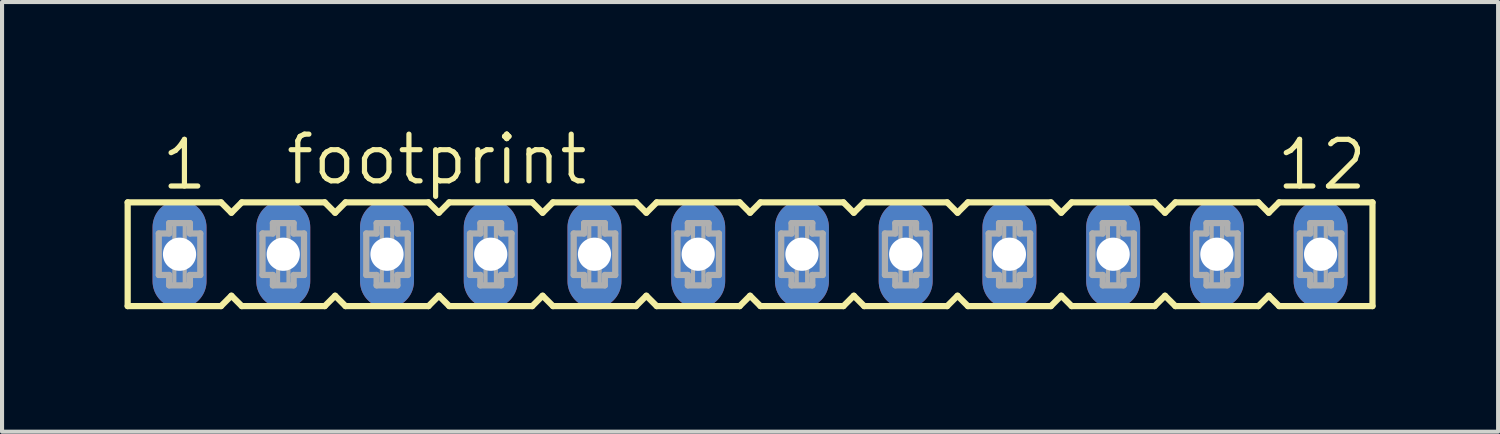
<source format=kicad_pcb>
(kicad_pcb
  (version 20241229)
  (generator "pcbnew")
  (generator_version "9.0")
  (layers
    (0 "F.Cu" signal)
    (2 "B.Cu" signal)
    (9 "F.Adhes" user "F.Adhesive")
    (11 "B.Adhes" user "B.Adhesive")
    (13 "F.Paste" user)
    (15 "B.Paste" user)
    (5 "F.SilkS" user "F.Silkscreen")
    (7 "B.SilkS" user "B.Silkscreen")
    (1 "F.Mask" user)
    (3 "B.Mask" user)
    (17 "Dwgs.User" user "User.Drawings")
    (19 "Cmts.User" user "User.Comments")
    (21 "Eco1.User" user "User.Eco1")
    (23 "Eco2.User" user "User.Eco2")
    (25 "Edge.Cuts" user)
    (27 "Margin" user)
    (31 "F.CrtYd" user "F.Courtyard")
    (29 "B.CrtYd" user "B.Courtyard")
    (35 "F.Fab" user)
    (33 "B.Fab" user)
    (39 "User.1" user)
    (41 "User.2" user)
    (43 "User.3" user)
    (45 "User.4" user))
  (footprint "footprint"
    (layer "F.Cu")
    (at 15.316 3.175)
    (property "Reference" "footprint" (at -11.43 -1.651 0) (layer "F.SilkS") (effects (font (size 1.143 1.143) (thickness 0.127)) (justify left bottom)))
    (fp_line (start -15.24 -1.27) (end -15.24 1.27) (stroke (width 0.152) (type solid)) (layer "F.SilkS"))
    (fp_line (start -15.24 1.27) (end -12.954 1.27) (stroke (width 0.152) (type solid)) (layer "F.SilkS"))
    (fp_line (start -12.954 -1.27) (end -15.24 -1.27) (stroke (width 0.152) (type solid)) (layer "F.SilkS"))
    (fp_line (start -12.954 1.27) (end -12.7 1.016) (stroke (width 0.152) (type solid)) (layer "F.SilkS"))
    (fp_line (start -12.7 -1.016) (end -12.954 -1.27) (stroke (width 0.152) (type solid)) (layer "F.SilkS"))
    (fp_line (start -12.7 1.016) (end -12.446 1.27) (stroke (width 0.152) (type solid)) (layer "F.SilkS"))
    (fp_line (start -12.446 -1.27) (end -12.7 -1.016) (stroke (width 0.152) (type solid)) (layer "F.SilkS"))
    (fp_line (start -12.446 1.27) (end -10.414 1.27) (stroke (width 0.152) (type solid)) (layer "F.SilkS"))
    (fp_line (start -10.414 -1.27) (end -12.446 -1.27) (stroke (width 0.152) (type solid)) (layer "F.SilkS"))
    (fp_line (start -10.414 1.27) (end -10.16 1.016) (stroke (width 0.152) (type solid)) (layer "F.SilkS"))
    (fp_line (start -10.16 -1.016) (end -10.414 -1.27) (stroke (width 0.152) (type solid)) (layer "F.SilkS"))
    (fp_line (start -10.16 1.016) (end -9.906 1.27) (stroke (width 0.152) (type solid)) (layer "F.SilkS"))
    (fp_line (start -9.906 -1.27) (end -10.16 -1.016) (stroke (width 0.152) (type solid)) (layer "F.SilkS"))
    (fp_line (start -9.906 1.27) (end -7.874 1.27) (stroke (width 0.152) (type solid)) (layer "F.SilkS"))
    (fp_line (start -7.874 -1.27) (end -9.906 -1.27) (stroke (width 0.152) (type solid)) (layer "F.SilkS"))
    (fp_line (start -7.874 1.27) (end -7.62 1.016) (stroke (width 0.152) (type solid)) (layer "F.SilkS"))
    (fp_line (start -7.62 -1.016) (end -7.874 -1.27) (stroke (width 0.152) (type solid)) (layer "F.SilkS"))
    (fp_line (start -7.62 1.016) (end -7.366 1.27) (stroke (width 0.152) (type solid)) (layer "F.SilkS"))
    (fp_line (start -7.366 -1.27) (end -7.62 -1.016) (stroke (width 0.152) (type solid)) (layer "F.SilkS"))
    (fp_line (start -7.366 1.27) (end -5.334 1.27) (stroke (width 0.152) (type solid)) (layer "F.SilkS"))
    (fp_line (start -5.334 -1.27) (end -7.366 -1.27) (stroke (width 0.152) (type solid)) (layer "F.SilkS"))
    (fp_line (start -5.334 1.27) (end -5.08 1.016) (stroke (width 0.152) (type solid)) (layer "F.SilkS"))
    (fp_line (start -5.08 -1.016) (end -5.334 -1.27) (stroke (width 0.152) (type solid)) (layer "F.SilkS"))
    (fp_line (start -5.08 1.016) (end -4.826 1.27) (stroke (width 0.152) (type solid)) (layer "F.SilkS"))
    (fp_line (start -4.826 -1.27) (end -5.08 -1.016) (stroke (width 0.152) (type solid)) (layer "F.SilkS"))
    (fp_line (start -4.826 1.27) (end -2.794 1.27) (stroke (width 0.152) (type solid)) (layer "F.SilkS"))
    (fp_line (start -2.794 -1.27) (end -4.826 -1.27) (stroke (width 0.152) (type solid)) (layer "F.SilkS"))
    (fp_line (start -2.794 1.27) (end -2.54 1.016) (stroke (width 0.152) (type solid)) (layer "F.SilkS"))
    (fp_line (start -2.54 -1.016) (end -2.794 -1.27) (stroke (width 0.152) (type solid)) (layer "F.SilkS"))
    (fp_line (start -2.54 1.016) (end -2.286 1.27) (stroke (width 0.152) (type solid)) (layer "F.SilkS"))
    (fp_line (start -2.286 -1.27) (end -2.54 -1.016) (stroke (width 0.152) (type solid)) (layer "F.SilkS"))
    (fp_line (start -2.286 1.27) (end -0.254 1.27) (stroke (width 0.152) (type solid)) (layer "F.SilkS"))
    (fp_line (start -0.254 -1.27) (end -2.286 -1.27) (stroke (width 0.152) (type solid)) (layer "F.SilkS"))
    (fp_line (start -0.254 1.27) (end 0 1.016) (stroke (width 0.152) (type solid)) (layer "F.SilkS"))
    (fp_line (start 0 -1.016) (end -0.254 -1.27) (stroke (width 0.152) (type solid)) (layer "F.SilkS"))
    (fp_line (start 0 1.016) (end 0.254 1.27) (stroke (width 0.152) (type solid)) (layer "F.SilkS"))
    (fp_line (start 0.254 -1.27) (end 0 -1.016) (stroke (width 0.152) (type solid)) (layer "F.SilkS"))
    (fp_line (start 0.254 1.27) (end 2.286 1.27) (stroke (width 0.152) (type solid)) (layer "F.SilkS"))
    (fp_line (start 2.286 -1.27) (end 0.254 -1.27) (stroke (width 0.152) (type solid)) (layer "F.SilkS"))
    (fp_line (start 2.286 1.27) (end 2.54 1.016) (stroke (width 0.152) (type solid)) (layer "F.SilkS"))
    (fp_line (start 2.54 -1.016) (end 2.286 -1.27) (stroke (width 0.152) (type solid)) (layer "F.SilkS"))
    (fp_line (start 2.54 1.016) (end 2.794 1.27) (stroke (width 0.152) (type solid)) (layer "F.SilkS"))
    (fp_line (start 2.794 -1.27) (end 2.54 -1.016) (stroke (width 0.152) (type solid)) (layer "F.SilkS"))
    (fp_line (start 2.794 1.27) (end 4.826 1.27) (stroke (width 0.152) (type solid)) (layer "F.SilkS"))
    (fp_line (start 4.826 -1.27) (end 2.794 -1.27) (stroke (width 0.152) (type solid)) (layer "F.SilkS"))
    (fp_line (start 4.826 1.27) (end 5.08 1.016) (stroke (width 0.152) (type solid)) (layer "F.SilkS"))
    (fp_line (start 5.08 -1.016) (end 4.826 -1.27) (stroke (width 0.152) (type solid)) (layer "F.SilkS"))
    (fp_line (start 5.08 1.016) (end 5.334 1.27) (stroke (width 0.152) (type solid)) (layer "F.SilkS"))
    (fp_line (start 5.334 -1.27) (end 5.08 -1.016) (stroke (width 0.152) (type solid)) (layer "F.SilkS"))
    (fp_line (start 5.334 1.27) (end 7.366 1.27) (stroke (width 0.152) (type solid)) (layer "F.SilkS"))
    (fp_line (start 7.366 -1.27) (end 5.334 -1.27) (stroke (width 0.152) (type solid)) (layer "F.SilkS"))
    (fp_line (start 7.366 1.27) (end 7.62 1.016) (stroke (width 0.152) (type solid)) (layer "F.SilkS"))
    (fp_line (start 7.62 -1.016) (end 7.366 -1.27) (stroke (width 0.152) (type solid)) (layer "F.SilkS"))
    (fp_line (start 7.62 1.016) (end 7.874 1.27) (stroke (width 0.152) (type solid)) (layer "F.SilkS"))
    (fp_line (start 7.874 -1.27) (end 7.62 -1.016) (stroke (width 0.152) (type solid)) (layer "F.SilkS"))
    (fp_line (start 7.874 1.27) (end 9.906 1.27) (stroke (width 0.152) (type solid)) (layer "F.SilkS"))
    (fp_line (start 9.906 -1.27) (end 7.874 -1.27) (stroke (width 0.152) (type solid)) (layer "F.SilkS"))
    (fp_line (start 9.906 1.27) (end 10.16 1.016) (stroke (width 0.152) (type solid)) (layer "F.SilkS"))
    (fp_line (start 10.16 -1.016) (end 9.906 -1.27) (stroke (width 0.152) (type solid)) (layer "F.SilkS"))
    (fp_line (start 10.16 1.016) (end 10.414 1.27) (stroke (width 0.152) (type solid)) (layer "F.SilkS"))
    (fp_line (start 10.414 -1.27) (end 10.16 -1.016) (stroke (width 0.152) (type solid)) (layer "F.SilkS"))
    (fp_line (start 10.414 1.27) (end 12.446 1.27) (stroke (width 0.152) (type solid)) (layer "F.SilkS"))
    (fp_line (start 12.446 -1.27) (end 10.414 -1.27) (stroke (width 0.152) (type solid)) (layer "F.SilkS"))
    (fp_line (start 12.446 1.27) (end 12.7 1.016) (stroke (width 0.152) (type solid)) (layer "F.SilkS"))
    (fp_line (start 12.7 -1.016) (end 12.446 -1.27) (stroke (width 0.152) (type solid)) (layer "F.SilkS"))
    (fp_line (start 12.7 1.016) (end 12.954 1.27) (stroke (width 0.152) (type solid)) (layer "F.SilkS"))
    (fp_line (start 12.954 -1.27) (end 12.7 -1.016) (stroke (width 0.152) (type solid)) (layer "F.SilkS"))
    (fp_line (start 12.954 1.27) (end 15.24 1.27) (stroke (width 0.152) (type solid)) (layer "F.SilkS"))
    (fp_line (start 15.24 -1.27) (end 12.954 -1.27) (stroke (width 0.152) (type solid)) (layer "F.SilkS"))
    (fp_line (start 15.24 1.27) (end 15.24 -1.27) (stroke (width 0.152) (type solid)) (layer "F.SilkS"))
    (fp_line (start -14.478 -0.508) (end -14.478 0.508) (stroke (width 0.152) (type solid)) (layer "F.Fab"))
    (fp_line (start -14.478 0.508) (end -14.224 0.508) (stroke (width 0.152) (type solid)) (layer "F.Fab"))
    (fp_line (start -14.224 -0.762) (end -14.224 -0.508) (stroke (width 0.152) (type solid)) (layer "F.Fab"))
    (fp_line (start -14.224 -0.508) (end -14.478 -0.508) (stroke (width 0.152) (type solid)) (layer "F.Fab"))
    (fp_line (start -14.224 0.508) (end -14.224 0.762) (stroke (width 0.152) (type solid)) (layer "F.Fab"))
    (fp_line (start -14.224 0.762) (end -13.716 0.762) (stroke (width 0.152) (type solid)) (layer "F.Fab"))
    (fp_line (start -13.716 -0.762) (end -14.224 -0.762) (stroke (width 0.152) (type solid)) (layer "F.Fab"))
    (fp_line (start -13.716 -0.508) (end -13.716 -0.762) (stroke (width 0.152) (type solid)) (layer "F.Fab"))
    (fp_line (start -13.716 0.508) (end -13.462 0.508) (stroke (width 0.152) (type solid)) (layer "F.Fab"))
    (fp_line (start -13.716 0.762) (end -13.716 0.508) (stroke (width 0.152) (type solid)) (layer "F.Fab"))
    (fp_line (start -13.462 -0.508) (end -13.716 -0.508) (stroke (width 0.152) (type solid)) (layer "F.Fab"))
    (fp_line (start -13.462 0.508) (end -13.462 -0.508) (stroke (width 0.152) (type solid)) (layer "F.Fab"))
    (fp_line (start -11.938 -0.508) (end -11.938 0.508) (stroke (width 0.152) (type solid)) (layer "F.Fab"))
    (fp_line (start -11.938 0.508) (end -11.684 0.508) (stroke (width 0.152) (type solid)) (layer "F.Fab"))
    (fp_line (start -11.684 -0.762) (end -11.684 -0.508) (stroke (width 0.152) (type solid)) (layer "F.Fab"))
    (fp_line (start -11.684 -0.508) (end -11.938 -0.508) (stroke (width 0.152) (type solid)) (layer "F.Fab"))
    (fp_line (start -11.684 0.508) (end -11.684 0.762) (stroke (width 0.152) (type solid)) (layer "F.Fab"))
    (fp_line (start -11.684 0.762) (end -11.176 0.762) (stroke (width 0.152) (type solid)) (layer "F.Fab"))
    (fp_line (start -11.176 -0.762) (end -11.684 -0.762) (stroke (width 0.152) (type solid)) (layer "F.Fab"))
    (fp_line (start -11.176 -0.508) (end -11.176 -0.762) (stroke (width 0.152) (type solid)) (layer "F.Fab"))
    (fp_line (start -11.176 0.508) (end -10.922 0.508) (stroke (width 0.152) (type solid)) (layer "F.Fab"))
    (fp_line (start -11.176 0.762) (end -11.176 0.508) (stroke (width 0.152) (type solid)) (layer "F.Fab"))
    (fp_line (start -10.922 -0.508) (end -11.176 -0.508) (stroke (width 0.152) (type solid)) (layer "F.Fab"))
    (fp_line (start -10.922 0.508) (end -10.922 -0.508) (stroke (width 0.152) (type solid)) (layer "F.Fab"))
    (fp_line (start -9.398 -0.508) (end -9.398 0.508) (stroke (width 0.152) (type solid)) (layer "F.Fab"))
    (fp_line (start -9.398 0.508) (end -9.144 0.508) (stroke (width 0.152) (type solid)) (layer "F.Fab"))
    (fp_line (start -9.144 -0.762) (end -9.144 -0.508) (stroke (width 0.152) (type solid)) (layer "F.Fab"))
    (fp_line (start -9.144 -0.508) (end -9.398 -0.508) (stroke (width 0.152) (type solid)) (layer "F.Fab"))
    (fp_line (start -9.144 0.508) (end -9.144 0.762) (stroke (width 0.152) (type solid)) (layer "F.Fab"))
    (fp_line (start -9.144 0.762) (end -8.636 0.762) (stroke (width 0.152) (type solid)) (layer "F.Fab"))
    (fp_line (start -8.636 -0.762) (end -9.144 -0.762) (stroke (width 0.152) (type solid)) (layer "F.Fab"))
    (fp_line (start -8.636 -0.508) (end -8.636 -0.762) (stroke (width 0.152) (type solid)) (layer "F.Fab"))
    (fp_line (start -8.636 0.508) (end -8.382 0.508) (stroke (width 0.152) (type solid)) (layer "F.Fab"))
    (fp_line (start -8.636 0.762) (end -8.636 0.508) (stroke (width 0.152) (type solid)) (layer "F.Fab"))
    (fp_line (start -8.382 -0.508) (end -8.636 -0.508) (stroke (width 0.152) (type solid)) (layer "F.Fab"))
    (fp_line (start -8.382 0.508) (end -8.382 -0.508) (stroke (width 0.152) (type solid)) (layer "F.Fab"))
    (fp_line (start -6.858 -0.508) (end -6.858 0.508) (stroke (width 0.152) (type solid)) (layer "F.Fab"))
    (fp_line (start -6.858 0.508) (end -6.604 0.508) (stroke (width 0.152) (type solid)) (layer "F.Fab"))
    (fp_line (start -6.604 -0.762) (end -6.604 -0.508) (stroke (width 0.152) (type solid)) (layer "F.Fab"))
    (fp_line (start -6.604 -0.508) (end -6.858 -0.508) (stroke (width 0.152) (type solid)) (layer "F.Fab"))
    (fp_line (start -6.604 0.508) (end -6.604 0.762) (stroke (width 0.152) (type solid)) (layer "F.Fab"))
    (fp_line (start -6.604 0.762) (end -6.096 0.762) (stroke (width 0.152) (type solid)) (layer "F.Fab"))
    (fp_line (start -6.096 -0.762) (end -6.604 -0.762) (stroke (width 0.152) (type solid)) (layer "F.Fab"))
    (fp_line (start -6.096 -0.508) (end -6.096 -0.762) (stroke (width 0.152) (type solid)) (layer "F.Fab"))
    (fp_line (start -6.096 0.508) (end -5.842 0.508) (stroke (width 0.152) (type solid)) (layer "F.Fab"))
    (fp_line (start -6.096 0.762) (end -6.096 0.508) (stroke (width 0.152) (type solid)) (layer "F.Fab"))
    (fp_line (start -5.842 -0.508) (end -6.096 -0.508) (stroke (width 0.152) (type solid)) (layer "F.Fab"))
    (fp_line (start -5.842 0.508) (end -5.842 -0.508) (stroke (width 0.152) (type solid)) (layer "F.Fab"))
    (fp_line (start -4.318 -0.508) (end -4.318 0.508) (stroke (width 0.152) (type solid)) (layer "F.Fab"))
    (fp_line (start -4.318 0.508) (end -4.064 0.508) (stroke (width 0.152) (type solid)) (layer "F.Fab"))
    (fp_line (start -4.064 -0.762) (end -4.064 -0.508) (stroke (width 0.152) (type solid)) (layer "F.Fab"))
    (fp_line (start -4.064 -0.508) (end -4.318 -0.508) (stroke (width 0.152) (type solid)) (layer "F.Fab"))
    (fp_line (start -4.064 0.508) (end -4.064 0.762) (stroke (width 0.152) (type solid)) (layer "F.Fab"))
    (fp_line (start -4.064 0.762) (end -3.556 0.762) (stroke (width 0.152) (type solid)) (layer "F.Fab"))
    (fp_line (start -3.556 -0.762) (end -4.064 -0.762) (stroke (width 0.152) (type solid)) (layer "F.Fab"))
    (fp_line (start -3.556 -0.508) (end -3.556 -0.762) (stroke (width 0.152) (type solid)) (layer "F.Fab"))
    (fp_line (start -3.556 0.508) (end -3.302 0.508) (stroke (width 0.152) (type solid)) (layer "F.Fab"))
    (fp_line (start -3.556 0.762) (end -3.556 0.508) (stroke (width 0.152) (type solid)) (layer "F.Fab"))
    (fp_line (start -3.302 -0.508) (end -3.556 -0.508) (stroke (width 0.152) (type solid)) (layer "F.Fab"))
    (fp_line (start -3.302 0.508) (end -3.302 -0.508) (stroke (width 0.152) (type solid)) (layer "F.Fab"))
    (fp_line (start -1.778 -0.508) (end -1.778 0.508) (stroke (width 0.152) (type solid)) (layer "F.Fab"))
    (fp_line (start -1.778 0.508) (end -1.524 0.508) (stroke (width 0.152) (type solid)) (layer "F.Fab"))
    (fp_line (start -1.524 -0.762) (end -1.524 -0.508) (stroke (width 0.152) (type solid)) (layer "F.Fab"))
    (fp_line (start -1.524 -0.508) (end -1.778 -0.508) (stroke (width 0.152) (type solid)) (layer "F.Fab"))
    (fp_line (start -1.524 0.508) (end -1.524 0.762) (stroke (width 0.152) (type solid)) (layer "F.Fab"))
    (fp_line (start -1.524 0.762) (end -1.016 0.762) (stroke (width 0.152) (type solid)) (layer "F.Fab"))
    (fp_line (start -1.016 -0.762) (end -1.524 -0.762) (stroke (width 0.152) (type solid)) (layer "F.Fab"))
    (fp_line (start -1.016 -0.508) (end -1.016 -0.762) (stroke (width 0.152) (type solid)) (layer "F.Fab"))
    (fp_line (start -1.016 0.508) (end -0.762 0.508) (stroke (width 0.152) (type solid)) (layer "F.Fab"))
    (fp_line (start -1.016 0.762) (end -1.016 0.508) (stroke (width 0.152) (type solid)) (layer "F.Fab"))
    (fp_line (start -0.762 -0.508) (end -1.016 -0.508) (stroke (width 0.152) (type solid)) (layer "F.Fab"))
    (fp_line (start -0.762 0.508) (end -0.762 -0.508) (stroke (width 0.152) (type solid)) (layer "F.Fab"))
    (fp_line (start 0.762 -0.508) (end 0.762 0.508) (stroke (width 0.152) (type solid)) (layer "F.Fab"))
    (fp_line (start 0.762 0.508) (end 1.016 0.508) (stroke (width 0.152) (type solid)) (layer "F.Fab"))
    (fp_line (start 1.016 -0.762) (end 1.016 -0.508) (stroke (width 0.152) (type solid)) (layer "F.Fab"))
    (fp_line (start 1.016 -0.508) (end 0.762 -0.508) (stroke (width 0.152) (type solid)) (layer "F.Fab"))
    (fp_line (start 1.016 0.508) (end 1.016 0.762) (stroke (width 0.152) (type solid)) (layer "F.Fab"))
    (fp_line (start 1.016 0.762) (end 1.524 0.762) (stroke (width 0.152) (type solid)) (layer "F.Fab"))
    (fp_line (start 1.524 -0.762) (end 1.016 -0.762) (stroke (width 0.152) (type solid)) (layer "F.Fab"))
    (fp_line (start 1.524 -0.508) (end 1.524 -0.762) (stroke (width 0.152) (type solid)) (layer "F.Fab"))
    (fp_line (start 1.524 0.508) (end 1.778 0.508) (stroke (width 0.152) (type solid)) (layer "F.Fab"))
    (fp_line (start 1.524 0.762) (end 1.524 0.508) (stroke (width 0.152) (type solid)) (layer "F.Fab"))
    (fp_line (start 1.778 -0.508) (end 1.524 -0.508) (stroke (width 0.152) (type solid)) (layer "F.Fab"))
    (fp_line (start 1.778 0.508) (end 1.778 -0.508) (stroke (width 0.152) (type solid)) (layer "F.Fab"))
    (fp_line (start 3.302 -0.508) (end 3.302 0.508) (stroke (width 0.152) (type solid)) (layer "F.Fab"))
    (fp_line (start 3.302 0.508) (end 3.556 0.508) (stroke (width 0.152) (type solid)) (layer "F.Fab"))
    (fp_line (start 3.556 -0.762) (end 3.556 -0.508) (stroke (width 0.152) (type solid)) (layer "F.Fab"))
    (fp_line (start 3.556 -0.508) (end 3.302 -0.508) (stroke (width 0.152) (type solid)) (layer "F.Fab"))
    (fp_line (start 3.556 0.508) (end 3.556 0.762) (stroke (width 0.152) (type solid)) (layer "F.Fab"))
    (fp_line (start 3.556 0.762) (end 4.064 0.762) (stroke (width 0.152) (type solid)) (layer "F.Fab"))
    (fp_line (start 4.064 -0.762) (end 3.556 -0.762) (stroke (width 0.152) (type solid)) (layer "F.Fab"))
    (fp_line (start 4.064 -0.508) (end 4.064 -0.762) (stroke (width 0.152) (type solid)) (layer "F.Fab"))
    (fp_line (start 4.064 0.508) (end 4.318 0.508) (stroke (width 0.152) (type solid)) (layer "F.Fab"))
    (fp_line (start 4.064 0.762) (end 4.064 0.508) (stroke (width 0.152) (type solid)) (layer "F.Fab"))
    (fp_line (start 4.318 -0.508) (end 4.064 -0.508) (stroke (width 0.152) (type solid)) (layer "F.Fab"))
    (fp_line (start 4.318 0.508) (end 4.318 -0.508) (stroke (width 0.152) (type solid)) (layer "F.Fab"))
    (fp_line (start 5.842 -0.508) (end 5.842 0.508) (stroke (width 0.152) (type solid)) (layer "F.Fab"))
    (fp_line (start 5.842 0.508) (end 6.096 0.508) (stroke (width 0.152) (type solid)) (layer "F.Fab"))
    (fp_line (start 6.096 -0.762) (end 6.096 -0.508) (stroke (width 0.152) (type solid)) (layer "F.Fab"))
    (fp_line (start 6.096 -0.508) (end 5.842 -0.508) (stroke (width 0.152) (type solid)) (layer "F.Fab"))
    (fp_line (start 6.096 0.508) (end 6.096 0.762) (stroke (width 0.152) (type solid)) (layer "F.Fab"))
    (fp_line (start 6.096 0.762) (end 6.604 0.762) (stroke (width 0.152) (type solid)) (layer "F.Fab"))
    (fp_line (start 6.604 -0.762) (end 6.096 -0.762) (stroke (width 0.152) (type solid)) (layer "F.Fab"))
    (fp_line (start 6.604 -0.508) (end 6.604 -0.762) (stroke (width 0.152) (type solid)) (layer "F.Fab"))
    (fp_line (start 6.604 0.508) (end 6.858 0.508) (stroke (width 0.152) (type solid)) (layer "F.Fab"))
    (fp_line (start 6.604 0.762) (end 6.604 0.508) (stroke (width 0.152) (type solid)) (layer "F.Fab"))
    (fp_line (start 6.858 -0.508) (end 6.604 -0.508) (stroke (width 0.152) (type solid)) (layer "F.Fab"))
    (fp_line (start 6.858 0.508) (end 6.858 -0.508) (stroke (width 0.152) (type solid)) (layer "F.Fab"))
    (fp_line (start 8.382 -0.508) (end 8.382 0.508) (stroke (width 0.152) (type solid)) (layer "F.Fab"))
    (fp_line (start 8.382 0.508) (end 8.636 0.508) (stroke (width 0.152) (type solid)) (layer "F.Fab"))
    (fp_line (start 8.636 -0.762) (end 8.636 -0.508) (stroke (width 0.152) (type solid)) (layer "F.Fab"))
    (fp_line (start 8.636 -0.508) (end 8.382 -0.508) (stroke (width 0.152) (type solid)) (layer "F.Fab"))
    (fp_line (start 8.636 0.508) (end 8.636 0.762) (stroke (width 0.152) (type solid)) (layer "F.Fab"))
    (fp_line (start 8.636 0.762) (end 9.144 0.762) (stroke (width 0.152) (type solid)) (layer "F.Fab"))
    (fp_line (start 9.144 -0.762) (end 8.636 -0.762) (stroke (width 0.152) (type solid)) (layer "F.Fab"))
    (fp_line (start 9.144 -0.508) (end 9.144 -0.762) (stroke (width 0.152) (type solid)) (layer "F.Fab"))
    (fp_line (start 9.144 0.508) (end 9.398 0.508) (stroke (width 0.152) (type solid)) (layer "F.Fab"))
    (fp_line (start 9.144 0.762) (end 9.144 0.508) (stroke (width 0.152) (type solid)) (layer "F.Fab"))
    (fp_line (start 9.398 -0.508) (end 9.144 -0.508) (stroke (width 0.152) (type solid)) (layer "F.Fab"))
    (fp_line (start 9.398 0.508) (end 9.398 -0.508) (stroke (width 0.152) (type solid)) (layer "F.Fab"))
    (fp_line (start 10.922 -0.508) (end 10.922 0.508) (stroke (width 0.152) (type solid)) (layer "F.Fab"))
    (fp_line (start 10.922 0.508) (end 11.176 0.508) (stroke (width 0.152) (type solid)) (layer "F.Fab"))
    (fp_line (start 11.176 -0.762) (end 11.176 -0.508) (stroke (width 0.152) (type solid)) (layer "F.Fab"))
    (fp_line (start 11.176 -0.508) (end 10.922 -0.508) (stroke (width 0.152) (type solid)) (layer "F.Fab"))
    (fp_line (start 11.176 0.508) (end 11.176 0.762) (stroke (width 0.152) (type solid)) (layer "F.Fab"))
    (fp_line (start 11.176 0.762) (end 11.684 0.762) (stroke (width 0.152) (type solid)) (layer "F.Fab"))
    (fp_line (start 11.684 -0.762) (end 11.176 -0.762) (stroke (width 0.152) (type solid)) (layer "F.Fab"))
    (fp_line (start 11.684 -0.508) (end 11.684 -0.762) (stroke (width 0.152) (type solid)) (layer "F.Fab"))
    (fp_line (start 11.684 0.508) (end 11.938 0.508) (stroke (width 0.152) (type solid)) (layer "F.Fab"))
    (fp_line (start 11.684 0.762) (end 11.684 0.508) (stroke (width 0.152) (type solid)) (layer "F.Fab"))
    (fp_line (start 11.938 -0.508) (end 11.684 -0.508) (stroke (width 0.152) (type solid)) (layer "F.Fab"))
    (fp_line (start 11.938 0.508) (end 11.938 -0.508) (stroke (width 0.152) (type solid)) (layer "F.Fab"))
    (fp_line (start 13.462 -0.508) (end 13.462 0.508) (stroke (width 0.152) (type solid)) (layer "F.Fab"))
    (fp_line (start 13.462 0.508) (end 13.716 0.508) (stroke (width 0.152) (type solid)) (layer "F.Fab"))
    (fp_line (start 13.716 -0.762) (end 13.716 -0.508) (stroke (width 0.152) (type solid)) (layer "F.Fab"))
    (fp_line (start 13.716 -0.508) (end 13.462 -0.508) (stroke (width 0.152) (type solid)) (layer "F.Fab"))
    (fp_line (start 13.716 0.508) (end 13.716 0.762) (stroke (width 0.152) (type solid)) (layer "F.Fab"))
    (fp_line (start 13.716 0.762) (end 14.224 0.762) (stroke (width 0.152) (type solid)) (layer "F.Fab"))
    (fp_line (start 14.224 -0.762) (end 13.716 -0.762) (stroke (width 0.152) (type solid)) (layer "F.Fab"))
    (fp_line (start 14.224 -0.508) (end 14.224 -0.762) (stroke (width 0.152) (type solid)) (layer "F.Fab"))
    (fp_line (start 14.224 0.508) (end 14.478 0.508) (stroke (width 0.152) (type solid)) (layer "F.Fab"))
    (fp_line (start 14.224 0.762) (end 14.224 0.508) (stroke (width 0.152) (type solid)) (layer "F.Fab"))
    (fp_line (start 14.478 -0.508) (end 14.224 -0.508) (stroke (width 0.152) (type solid)) (layer "F.Fab"))
    (fp_line (start 14.478 0.508) (end 14.478 -0.508) (stroke (width 0.152) (type solid)) (layer "F.Fab"))
    (fp_poly (pts (xy -14.097 -0.254) (xy -13.843 -0.254) (xy -13.843 -0.762) (xy -14.097 -0.762)) (stroke (width 0.1) (type solid)) (fill no) (layer "F.Fab"))
    (fp_poly (pts (xy -14.097 0.762) (xy -13.843 0.762) (xy -13.843 0.254) (xy -14.097 0.254)) (stroke (width 0.1) (type solid)) (fill no) (layer "F.Fab"))
    (fp_poly (pts (xy -11.557 -0.254) (xy -11.303 -0.254) (xy -11.303 -0.762) (xy -11.557 -0.762)) (stroke (width 0.1) (type solid)) (fill no) (layer "F.Fab"))
    (fp_poly (pts (xy -11.557 0.762) (xy -11.303 0.762) (xy -11.303 0.254) (xy -11.557 0.254)) (stroke (width 0.1) (type solid)) (fill no) (layer "F.Fab"))
    (fp_poly (pts (xy -9.017 -0.254) (xy -8.763 -0.254) (xy -8.763 -0.762) (xy -9.017 -0.762)) (stroke (width 0.1) (type solid)) (fill no) (layer "F.Fab"))
    (fp_poly (pts (xy -9.017 0.762) (xy -8.763 0.762) (xy -8.763 0.254) (xy -9.017 0.254)) (stroke (width 0.1) (type solid)) (fill no) (layer "F.Fab"))
    (fp_poly (pts (xy -6.477 -0.254) (xy -6.223 -0.254) (xy -6.223 -0.762) (xy -6.477 -0.762)) (stroke (width 0.1) (type solid)) (fill no) (layer "F.Fab"))
    (fp_poly (pts (xy -6.477 0.762) (xy -6.223 0.762) (xy -6.223 0.254) (xy -6.477 0.254)) (stroke (width 0.1) (type solid)) (fill no) (layer "F.Fab"))
    (fp_poly (pts (xy -3.937 -0.254) (xy -3.683 -0.254) (xy -3.683 -0.762) (xy -3.937 -0.762)) (stroke (width 0.1) (type solid)) (fill no) (layer "F.Fab"))
    (fp_poly (pts (xy -3.937 0.762) (xy -3.683 0.762) (xy -3.683 0.254) (xy -3.937 0.254)) (stroke (width 0.1) (type solid)) (fill no) (layer "F.Fab"))
    (fp_poly (pts (xy -1.397 -0.254) (xy -1.143 -0.254) (xy -1.143 -0.762) (xy -1.397 -0.762)) (stroke (width 0.1) (type solid)) (fill no) (layer "F.Fab"))
    (fp_poly (pts (xy -1.397 0.762) (xy -1.143 0.762) (xy -1.143 0.254) (xy -1.397 0.254)) (stroke (width 0.1) (type solid)) (fill no) (layer "F.Fab"))
    (fp_poly (pts (xy 1.143 -0.254) (xy 1.397 -0.254) (xy 1.397 -0.762) (xy 1.143 -0.762)) (stroke (width 0.1) (type solid)) (fill no) (layer "F.Fab"))
    (fp_poly (pts (xy 1.143 0.762) (xy 1.397 0.762) (xy 1.397 0.254) (xy 1.143 0.254)) (stroke (width 0.1) (type solid)) (fill no) (layer "F.Fab"))
    (fp_poly (pts (xy 3.683 -0.254) (xy 3.937 -0.254) (xy 3.937 -0.762) (xy 3.683 -0.762)) (stroke (width 0.1) (type solid)) (fill no) (layer "F.Fab"))
    (fp_poly (pts (xy 3.683 0.762) (xy 3.937 0.762) (xy 3.937 0.254) (xy 3.683 0.254)) (stroke (width 0.1) (type solid)) (fill no) (layer "F.Fab"))
    (fp_poly (pts (xy 6.223 -0.254) (xy 6.477 -0.254) (xy 6.477 -0.762) (xy 6.223 -0.762)) (stroke (width 0.1) (type solid)) (fill no) (layer "F.Fab"))
    (fp_poly (pts (xy 6.223 0.762) (xy 6.477 0.762) (xy 6.477 0.254) (xy 6.223 0.254)) (stroke (width 0.1) (type solid)) (fill no) (layer "F.Fab"))
    (fp_poly (pts (xy 8.763 -0.254) (xy 9.017 -0.254) (xy 9.017 -0.762) (xy 8.763 -0.762)) (stroke (width 0.1) (type solid)) (fill no) (layer "F.Fab"))
    (fp_poly (pts (xy 8.763 0.762) (xy 9.017 0.762) (xy 9.017 0.254) (xy 8.763 0.254)) (stroke (width 0.1) (type solid)) (fill no) (layer "F.Fab"))
    (fp_poly (pts (xy 11.303 -0.254) (xy 11.557 -0.254) (xy 11.557 -0.762) (xy 11.303 -0.762)) (stroke (width 0.1) (type solid)) (fill no) (layer "F.Fab"))
    (fp_poly (pts (xy 11.303 0.762) (xy 11.557 0.762) (xy 11.557 0.254) (xy 11.303 0.254)) (stroke (width 0.1) (type solid)) (fill no) (layer "F.Fab"))
    (fp_poly (pts (xy 13.843 -0.254) (xy 14.097 -0.254) (xy 14.097 -0.762) (xy 13.843 -0.762)) (stroke (width 0.1) (type solid)) (fill no) (layer "F.Fab"))
    (fp_poly (pts (xy 13.843 0.762) (xy 14.097 0.762) (xy 14.097 0.254) (xy 13.843 0.254)) (stroke (width 0.1) (type solid)) (fill no) (layer "F.Fab"))
    (fp_text user "1" (at -14.478 -1.524 0) (layer "F.SilkS") (effects (font (size 1.143 1.143) (thickness 0.127)) (justify left bottom)))
    (fp_text user "12" (at 12.827 -1.524 0) (layer "F.SilkS") (effects (font (size 1.143 1.143) (thickness 0.127)) (justify left bottom)))
    (pad "1" thru_hole oval (at -13.97 0 90) (size 2.642 1.321) (drill 0.813) (layers "*.Cu" "*.Mask"))
    (pad "2" thru_hole oval (at -11.43 0 90) (size 2.642 1.321) (drill 0.813) (layers "*.Cu" "*.Mask"))
    (pad "3" thru_hole oval (at -8.89 0 90) (size 2.642 1.321) (drill 0.813) (layers "*.Cu" "*.Mask"))
    (pad "4" thru_hole oval (at -6.35 0 90) (size 2.642 1.321) (drill 0.813) (layers "*.Cu" "*.Mask"))
    (pad "5" thru_hole oval (at -3.81 0 90) (size 2.642 1.321) (drill 0.813) (layers "*.Cu" "*.Mask"))
    (pad "6" thru_hole oval (at -1.27 0 90) (size 2.642 1.321) (drill 0.813) (layers "*.Cu" "*.Mask"))
    (pad "7" thru_hole oval (at 1.27 0 90) (size 2.642 1.321) (drill 0.813) (layers "*.Cu" "*.Mask"))
    (pad "8" thru_hole oval (at 3.81 0 90) (size 2.642 1.321) (drill 0.813) (layers "*.Cu" "*.Mask"))
    (pad "9" thru_hole oval (at 6.35 0 90) (size 2.642 1.321) (drill 0.813) (layers "*.Cu" "*.Mask"))
    (pad "10" thru_hole oval (at 8.89 0 90) (size 2.642 1.321) (drill 0.813) (layers "*.Cu" "*.Mask"))
    (pad "11" thru_hole oval (at 11.43 0 90) (size 2.642 1.321) (drill 0.813) (layers "*.Cu" "*.Mask"))
    (pad "12" thru_hole oval (at 13.97 0 90) (size 2.642 1.321) (drill 0.813) (layers "*.Cu" "*.Mask")))
  (gr_rect
    (start -3 -3)
    (end 33.632 7.521)
    (stroke (width 0.1) (type default))
    (fill no)
    (layer "Edge.Cuts")))
</source>
